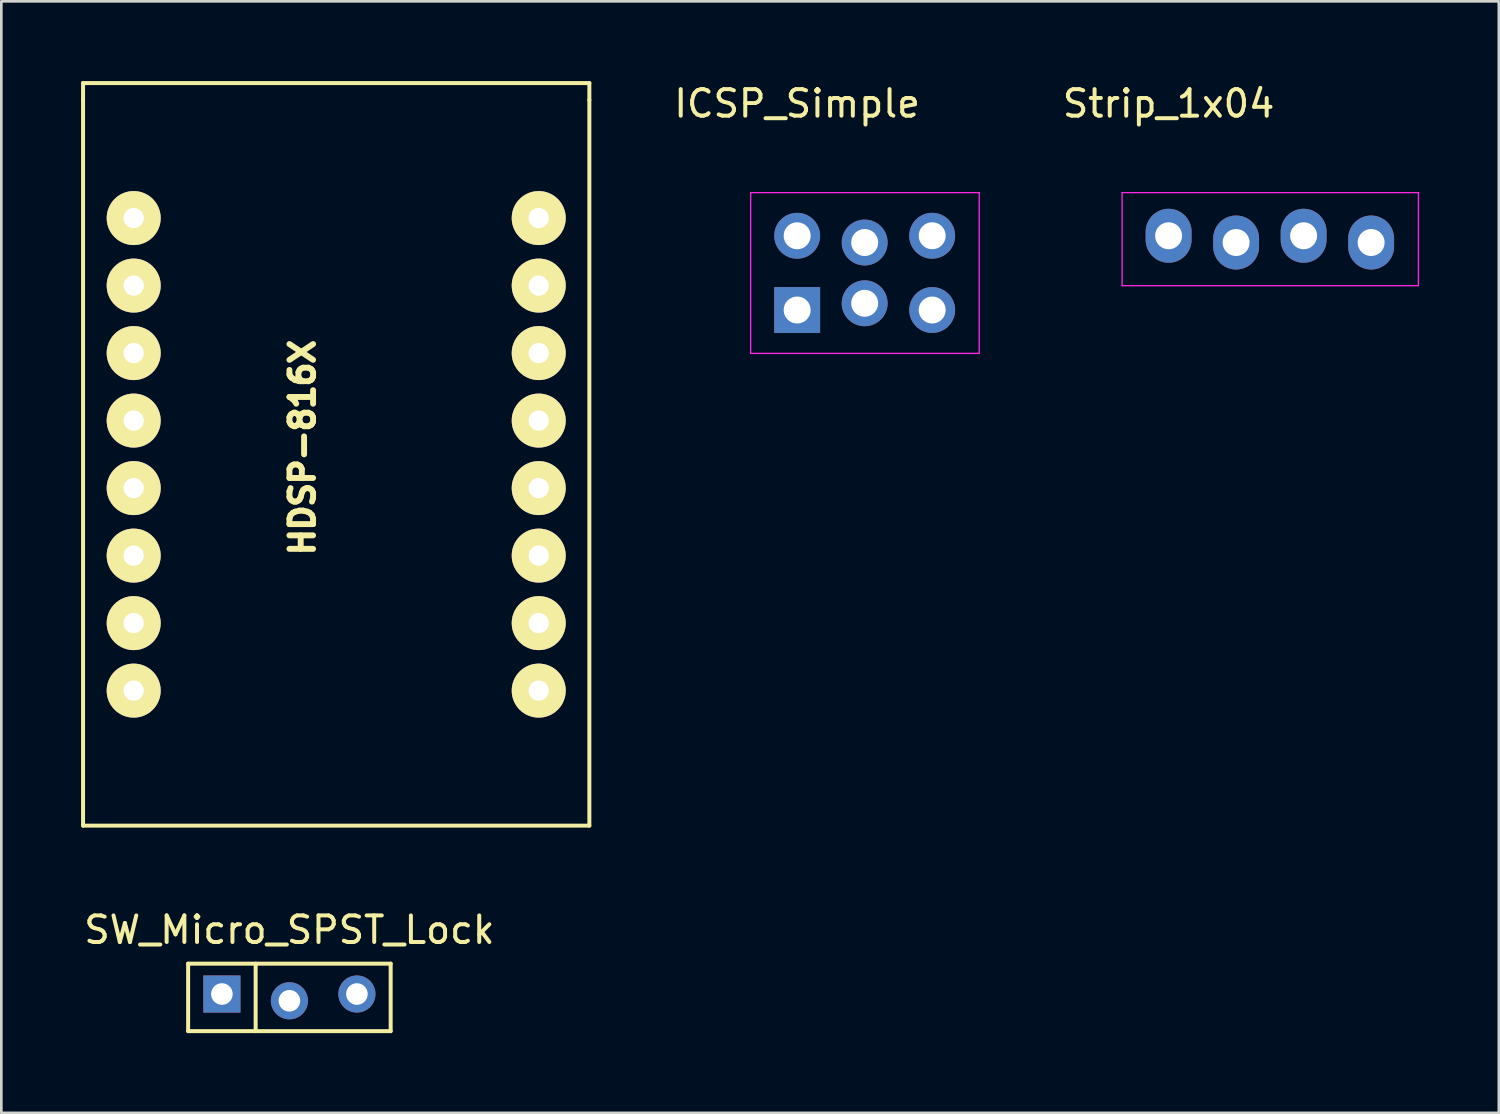
<source format=kicad_pcb>
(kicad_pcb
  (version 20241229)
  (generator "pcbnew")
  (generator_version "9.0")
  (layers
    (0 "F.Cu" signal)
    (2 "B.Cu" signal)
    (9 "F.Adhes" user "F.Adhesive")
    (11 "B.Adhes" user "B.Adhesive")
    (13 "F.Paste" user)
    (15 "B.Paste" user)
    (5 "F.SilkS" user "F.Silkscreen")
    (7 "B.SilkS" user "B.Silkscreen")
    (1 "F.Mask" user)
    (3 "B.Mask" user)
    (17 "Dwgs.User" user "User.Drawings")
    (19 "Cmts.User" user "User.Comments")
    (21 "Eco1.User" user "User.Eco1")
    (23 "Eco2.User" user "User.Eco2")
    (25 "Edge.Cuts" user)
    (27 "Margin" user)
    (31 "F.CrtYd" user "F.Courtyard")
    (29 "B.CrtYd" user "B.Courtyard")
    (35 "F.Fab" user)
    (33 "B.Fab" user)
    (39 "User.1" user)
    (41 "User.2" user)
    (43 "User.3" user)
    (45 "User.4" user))
  (footprint "HDSP-816X"
    (layer "F.Cu")
    (at 9.6 14.045)
    (property "Reference" "HDSP-816X" (at -1.27 -0.254 270) (layer "F.SilkS") (effects (font (size 0.889 0.889) (thickness 0.305))))
    (attr through_hole)
    (fp_line (start -9.525 -13.97) (end 9.525 -13.97) (stroke (width 0.15) (type solid)) (layer "F.SilkS"))
    (fp_line (start -9.525 -13.335) (end -9.525 -13.97) (stroke (width 0.15) (type solid)) (layer "F.SilkS"))
    (fp_line (start -9.525 13.97) (end -9.525 -13.335) (stroke (width 0.15) (type solid)) (layer "F.SilkS"))
    (fp_line (start 9.525 -13.97) (end 9.525 -13.335) (stroke (width 0.15) (type solid)) (layer "F.SilkS"))
    (fp_line (start 9.525 -13.335) (end 9.525 13.97) (stroke (width 0.15) (type solid)) (layer "F.SilkS"))
    (fp_line (start 9.525 13.97) (end -9.525 13.97) (stroke (width 0.15) (type solid)) (layer "F.SilkS"))
    (pad "1" thru_hole circle (at -7.62 -8.89) (size 2.032 2.032) (drill 0.762) (layers "*.Cu" "*.Mask" "F.SilkS"))
    (pad "2" thru_hole circle (at -7.62 -6.35) (size 2.032 2.032) (drill 0.762) (layers "*.Cu" "*.Mask" "F.SilkS"))
    (pad "3" thru_hole circle (at -7.62 -3.81) (size 2.032 2.032) (drill 0.762) (layers "*.Cu" "*.Mask" "F.SilkS"))
    (pad "4" thru_hole circle (at -7.62 -1.27) (size 2.032 2.032) (drill 0.762) (layers "*.Cu" "*.Mask" "F.SilkS"))
    (pad "5" thru_hole circle (at -7.62 1.27) (size 2.032 2.032) (drill 0.762) (layers "*.Cu" "*.Mask" "F.SilkS"))
    (pad "6" thru_hole circle (at -7.62 3.81) (size 2.032 2.032) (drill 0.762) (layers "*.Cu" "*.Mask" "F.SilkS"))
    (pad "7" thru_hole circle (at -7.62 6.35) (size 2.032 2.032) (drill 0.762) (layers "*.Cu" "*.Mask" "F.SilkS"))
    (pad "8" thru_hole circle (at -7.62 8.89) (size 2.032 2.032) (drill 0.762) (layers "*.Cu" "*.Mask" "F.SilkS"))
    (pad "9" thru_hole circle (at 7.62 8.89 180) (size 2.032 2.032) (drill 0.762) (layers "*.Cu" "*.Mask" "F.SilkS"))
    (pad "10" thru_hole circle (at 7.62 6.35 180) (size 2.032 2.032) (drill 0.762) (layers "*.Cu" "*.Mask" "F.SilkS"))
    (pad "11" thru_hole circle (at 7.62 3.81 180) (size 2.032 2.032) (drill 0.762) (layers "*.Cu" "*.Mask" "F.SilkS"))
    (pad "12" thru_hole circle (at 7.62 1.27 180) (size 2.032 2.032) (drill 0.762) (layers "*.Cu" "*.Mask" "F.SilkS"))
    (pad "13" thru_hole circle (at 7.62 -1.27 180) (size 2.032 2.032) (drill 0.762) (layers "*.Cu" "*.Mask" "F.SilkS"))
    (pad "14" thru_hole circle (at 7.62 -3.81 180) (size 2.032 2.032) (drill 0.762) (layers "*.Cu" "*.Mask" "F.SilkS"))
    (pad "15" thru_hole circle (at 7.62 -6.35 180) (size 2.032 2.032) (drill 0.762) (layers "*.Cu" "*.Mask" "F.SilkS"))
    (pad "16" thru_hole circle (at 7.62 -8.89 180) (size 2.032 2.032) (drill 0.762) (layers "*.Cu" "*.Mask" "F.SilkS")))
  (footprint "Strip_1x04"
    (layer "F.Cu")
    (at 40.92 5.948)
    (property "Reference" "Strip_1x04" (at 0 -5.1 0) (layer "F.SilkS") (effects (font (size 1 1) (thickness 0.15))))
    (attr through_hole)
    (fp_line (start -1.75 -1.75) (end -1.75 1.75) (stroke (width 0.05) (type solid)) (layer "F.CrtYd"))
    (fp_line (start -1.75 -1.75) (end 9.4 -1.75) (stroke (width 0.05) (type solid)) (layer "F.CrtYd"))
    (fp_line (start -1.75 1.75) (end 9.4 1.75) (stroke (width 0.05) (type solid)) (layer "F.CrtYd"))
    (fp_line (start 9.4 -1.75) (end 9.4 1.75) (stroke (width 0.05) (type solid)) (layer "F.CrtYd"))
    (pad "1" thru_hole oval (at 0 -0.127) (size 1.727 2.032) (drill 1.016) (layers "*.Cu" "*.Mask"))
    (pad "2" thru_hole oval (at 2.54 0.127) (size 1.727 2.032) (drill 1.016) (layers "*.Cu" "*.Mask"))
    (pad "3" thru_hole oval (at 5.08 -0.127) (size 1.727 2.032) (drill 1.016) (layers "*.Cu" "*.Mask"))
    (pad "4" thru_hole oval (at 7.62 0.127) (size 1.727 2.032) (drill 1.016) (layers "*.Cu" "*.Mask")))
  (footprint "ICSP_Simple"
    (layer "F.Cu")
    (at 26.944 5.948)
    (property "Reference" "ICSP_Simple" (at 0 -5.1 0) (layer "F.SilkS") (effects (font (size 1 1) (thickness 0.15))))
    (attr through_hole)
    (fp_line (start -1.75 -1.75) (end -1.75 4.3) (stroke (width 0.05) (type solid)) (layer "F.CrtYd"))
    (fp_line (start -1.75 -1.75) (end 6.85 -1.75) (stroke (width 0.05) (type solid)) (layer "F.CrtYd"))
    (fp_line (start -1.75 4.3) (end 6.85 4.3) (stroke (width 0.05) (type solid)) (layer "F.CrtYd"))
    (fp_line (start 6.85 -1.75) (end 6.85 4.3) (stroke (width 0.05) (type solid)) (layer "F.CrtYd"))
    (pad "1" thru_hole rect (at 0 2.667) (size 1.727 1.727) (drill 1.016) (layers "*.Cu" "*.Mask"))
    (pad "2" thru_hole oval (at 0 -0.127) (size 1.727 1.727) (drill 1.016) (layers "*.Cu" "*.Mask"))
    (pad "3" thru_hole oval (at 2.54 2.413) (size 1.727 1.727) (drill 1.016) (layers "*.Cu" "*.Mask"))
    (pad "4" thru_hole oval (at 2.54 0.127) (size 1.727 1.727) (drill 1.016) (layers "*.Cu" "*.Mask"))
    (pad "5" thru_hole oval (at 5.08 2.667) (size 1.727 1.727) (drill 1.016) (layers "*.Cu" "*.Mask"))
    (pad "6" thru_hole oval (at 5.08 -0.127) (size 1.727 1.727) (drill 1.016) (layers "*.Cu" "*.Mask")))
  (footprint "SW_Micro_SPST_Lock"
    (layer "F.Cu")
    (at 7.839 34.478)
    (property "Reference" "SW_Micro_SPST_Lock" (at 0 -2.54 0) (layer "F.SilkS") (effects (font (size 1 1) (thickness 0.15))))
    (attr through_hole)
    (fp_line (start -3.81 -1.27) (end 3.81 -1.27) (stroke (width 0.15) (type solid)) (layer "F.SilkS"))
    (fp_line (start -3.81 1.27) (end -3.81 -1.27) (stroke (width 0.15) (type solid)) (layer "F.SilkS"))
    (fp_line (start -1.27 -1.27) (end -1.27 1.27) (stroke (width 0.15) (type solid)) (layer "F.SilkS"))
    (fp_line (start 3.81 -1.27) (end 3.81 1.27) (stroke (width 0.15) (type solid)) (layer "F.SilkS"))
    (fp_line (start 3.81 1.27) (end -3.81 1.27) (stroke (width 0.15) (type solid)) (layer "F.SilkS"))
    (pad "1" thru_hole rect (at -2.54 -0.127) (size 1.397 1.397) (drill 0.813) (layers "*.Cu" "*.Mask"))
    (pad "2" thru_hole circle (at 0 0.127) (size 1.397 1.397) (drill 0.813) (layers "*.Cu" "*.Mask"))
    (pad "3" thru_hole circle (at 2.54 -0.127) (size 1.397 1.397) (drill 0.813) (layers "*.Cu" "*.Mask")))
  (gr_rect
    (start -3 -3)
    (end 53.345 38.823)
    (stroke (width 0.1) (type default))
    (fill no)
    (layer "Edge.Cuts")))
</source>
